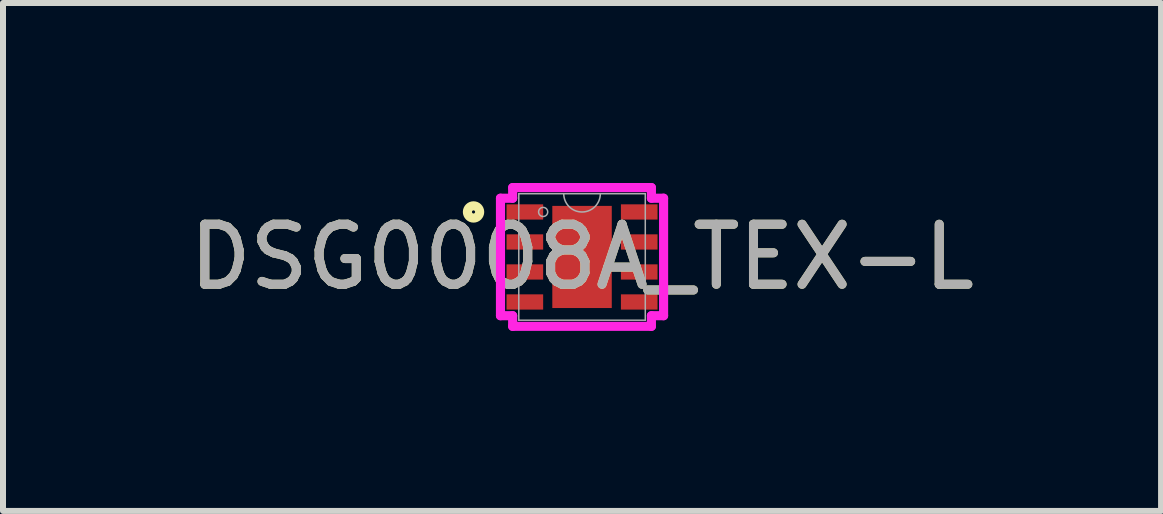
<source format=kicad_pcb>
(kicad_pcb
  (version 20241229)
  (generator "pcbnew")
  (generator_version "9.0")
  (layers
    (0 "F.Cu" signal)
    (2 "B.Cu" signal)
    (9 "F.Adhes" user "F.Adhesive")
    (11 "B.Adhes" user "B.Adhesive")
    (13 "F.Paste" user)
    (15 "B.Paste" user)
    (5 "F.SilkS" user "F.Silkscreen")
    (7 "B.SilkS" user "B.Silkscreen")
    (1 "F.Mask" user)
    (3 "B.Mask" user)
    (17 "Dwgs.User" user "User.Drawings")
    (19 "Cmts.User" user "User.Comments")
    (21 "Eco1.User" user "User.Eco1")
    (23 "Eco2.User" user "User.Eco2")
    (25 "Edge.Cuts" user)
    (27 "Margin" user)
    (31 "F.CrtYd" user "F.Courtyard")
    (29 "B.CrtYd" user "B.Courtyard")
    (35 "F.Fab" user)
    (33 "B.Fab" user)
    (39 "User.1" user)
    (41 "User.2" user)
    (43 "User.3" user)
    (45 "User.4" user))
  (footprint "DSG0008A_TEX-L"
    (layer "F.Cu")
    (at 6.649 1.232)
    (property "Reference" "DSG0008A_TEX-L" (at 0 0 0) (unlocked yes) (layer "F.SilkS") (effects (font (size 1 1) (thickness 0.15))))
    (attr smd)
    (fp_circle (center -1.808 -0.75) (end -1.706 -0.75) (stroke (width 0.152) (type solid)) (fill no) (layer "F.SilkS"))
    (fp_line (start -1.359 -0.979) (end -1.156 -0.979) (stroke (width 0.152) (type solid)) (layer "F.CrtYd"))
    (fp_line (start -1.359 0.979) (end -1.359 -0.979) (stroke (width 0.152) (type solid)) (layer "F.CrtYd"))
    (fp_line (start -1.359 0.979) (end -1.156 0.979) (stroke (width 0.152) (type solid)) (layer "F.CrtYd"))
    (fp_line (start -1.156 -1.156) (end 1.156 -1.156) (stroke (width 0.152) (type solid)) (layer "F.CrtYd"))
    (fp_line (start -1.156 -0.979) (end -1.156 -1.156) (stroke (width 0.152) (type solid)) (layer "F.CrtYd"))
    (fp_line (start -1.156 1.156) (end -1.156 0.979) (stroke (width 0.152) (type solid)) (layer "F.CrtYd"))
    (fp_line (start 1.156 -1.156) (end 1.156 -0.979) (stroke (width 0.152) (type solid)) (layer "F.CrtYd"))
    (fp_line (start 1.156 0.979) (end 1.156 1.156) (stroke (width 0.152) (type solid)) (layer "F.CrtYd"))
    (fp_line (start 1.156 1.156) (end -1.156 1.156) (stroke (width 0.152) (type solid)) (layer "F.CrtYd"))
    (fp_line (start 1.359 -0.979) (end 1.156 -0.979) (stroke (width 0.152) (type solid)) (layer "F.CrtYd"))
    (fp_line (start 1.359 -0.979) (end 1.359 0.979) (stroke (width 0.152) (type solid)) (layer "F.CrtYd"))
    (fp_line (start 1.359 0.979) (end 1.156 0.979) (stroke (width 0.152) (type solid)) (layer "F.CrtYd"))
    (fp_line (start -1.054 -1.054) (end -1.054 1.054) (stroke (width 0.025) (type solid)) (layer "F.Fab"))
    (fp_line (start -1.054 1.054) (end 1.054 1.054) (stroke (width 0.025) (type solid)) (layer "F.Fab"))
    (fp_line (start 1.054 -1.054) (end -1.054 -1.054) (stroke (width 0.025) (type solid)) (layer "F.Fab"))
    (fp_line (start 1.054 1.054) (end 1.054 -1.054) (stroke (width 0.025) (type solid)) (layer "F.Fab"))
    (fp_arc (start 0.3048 -1.0541) (mid 0 -0.7493) (end -0.3048 -1.0541) (stroke (width 0.0254) (type solid)) (layer "F.Fab"))
    (fp_circle (center -0.648 -0.75) (end -0.572 -0.75) (stroke (width 0.025) (type solid)) (fill no) (layer "F.Fab"))
    (fp_text user "${REFERENCE}" (at 0 0 0) (unlocked yes) (layer "F.Fab") (effects (font (size 1 1) (thickness 0.15))))
    (pad "1" smd rect (at -0.953 -0.75) (size 0.61 0.254) (layers "F.Cu" "F.Mask" "F.Paste"))
    (pad "2" smd rect (at -0.953 -0.25) (size 0.61 0.254) (layers "F.Cu" "F.Mask" "F.Paste"))
    (pad "3" smd rect (at -0.953 0.25) (size 0.61 0.254) (layers "F.Cu" "F.Mask" "F.Paste"))
    (pad "4" smd rect (at -0.953 0.75) (size 0.61 0.254) (layers "F.Cu" "F.Mask" "F.Paste"))
    (pad "5" smd rect (at 0.953 0.75) (size 0.61 0.254) (layers "F.Cu" "F.Mask" "F.Paste"))
    (pad "6" smd rect (at 0.953 0.25) (size 0.61 0.254) (layers "F.Cu" "F.Mask" "F.Paste"))
    (pad "7" smd rect (at 0.953 -0.25) (size 0.61 0.254) (layers "F.Cu" "F.Mask" "F.Paste"))
    (pad "8" smd rect (at 0.953 -0.75) (size 0.61 0.254) (layers "F.Cu" "F.Mask" "F.Paste"))
    (pad "9" smd rect (at 0 0) (size 0.991 1.702) (layers "F.Cu" "F.Mask" "F.Paste")))
  (gr_rect
    (start -3 -3)
    (end 16.298 5.464)
    (stroke (width 0.1) (type default))
    (fill no)
    (layer "Edge.Cuts")))
</source>
